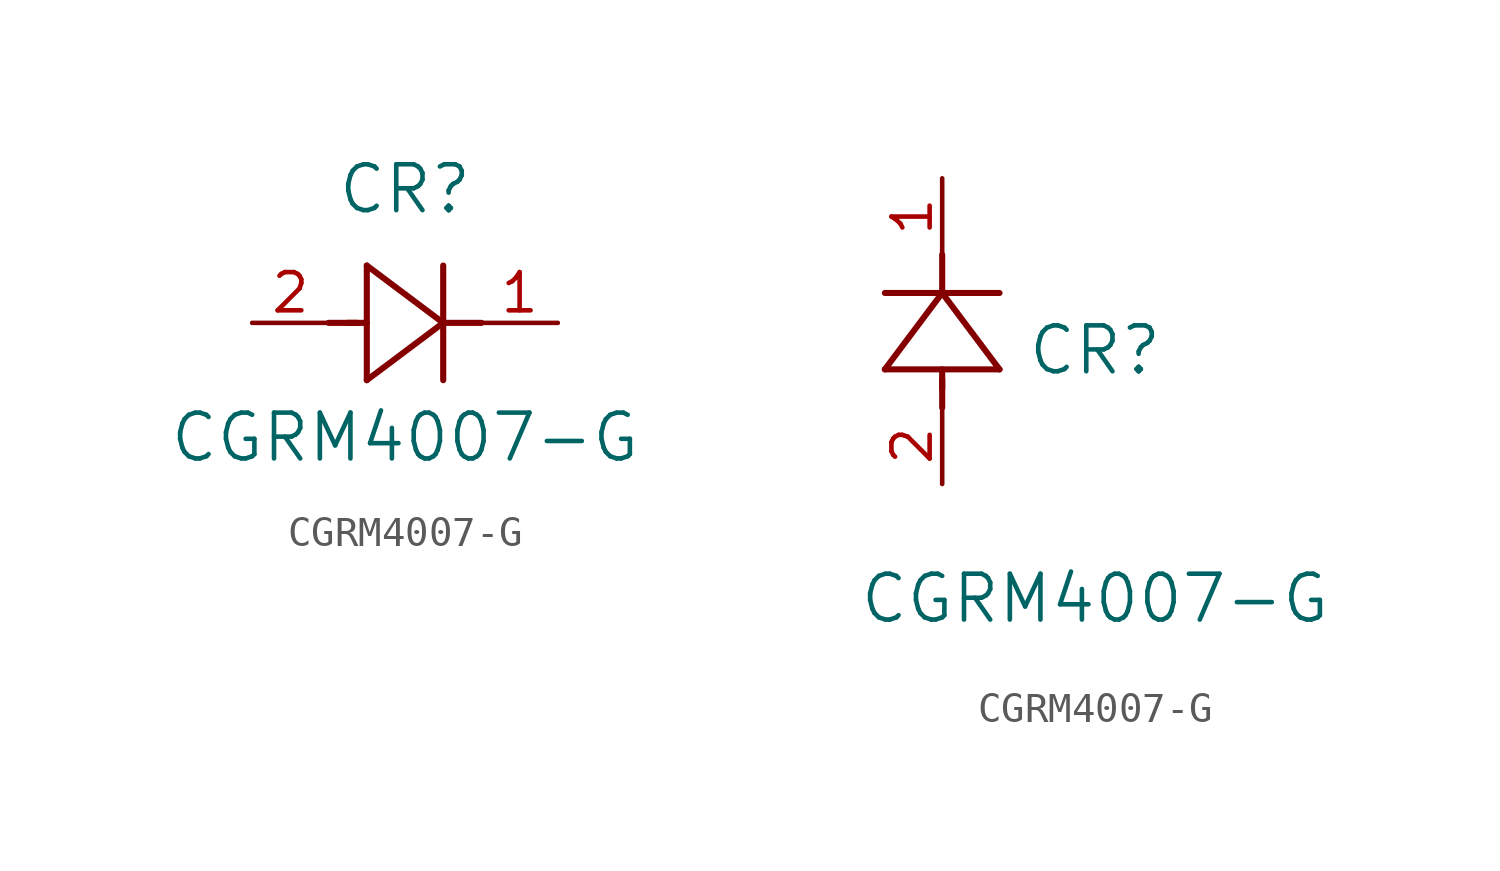
<source format=kicad_sym>
(kicad_symbol_lib
  (version 20211014)
  (generator kicad_symbol_editor)
  (symbol "CGRM4007-G"
    (pin_names
      (offset 0.254))
    (property "Reference" "CR"
      (at 5.08 4.445 0)
      (effects (font (size 1.524 1.524))))
    (property "Value" "CGRM4007-G"
      (at 5.08 -3.81 0)
      (effects (font (size 1.524 1.524))))
    (symbol "CGRM4007-G_1_1"
      (polyline (pts (xy 2.54 0) (xy 3.48 0)) (stroke (width .2032) (type default) (color 0 0 0 0)) (fill (type none)))
      (polyline (pts (xy 3.81 1.905) (xy 3.81 -1.905)) (stroke (width .2032) (type default) (color 0 0 0 0)) (fill (type none)))
      (polyline (pts (xy 3.175 0) (xy 3.81 0)) (stroke (width .2032) (type default) (color 0 0 0 0)) (fill (type none)))
      (polyline (pts (xy 6.35 -1.905) (xy 6.35 1.905)) (stroke (width .2032) (type default) (color 0 0 0 0)) (fill (type none)))
      (polyline (pts (xy 6.35 0) (xy 7.62 0)) (stroke (width .2032) (type default) (color 0 0 0 0)) (fill (type none)))
      (polyline (pts (xy 6.35 0) (xy 3.81 1.905)) (stroke (width .2032) (type default) (color 0 0 0 0)) (fill (type none)))
      (polyline (pts (xy 3.81 -1.905) (xy 6.35 0)) (stroke (width .2032) (type default) (color 0 0 0 0)) (fill (type none)))
      (pin unspecified line (at 0 0 0) (length 2.54) (name "" (effects (font (size 1.27 1.27)))) (number "2" (effects (font (size 1.27 1.27)))))
      (pin unspecified line (at 10.16 0 180) (length 2.54) (name "" (effects (font (size 1.27 1.27)))) (number "1" (effects (font (size 1.27 1.27))))))
    (symbol "CGRM4007-G_1_2"
      (polyline (pts (xy 0 2.54) (xy 0 3.48)) (stroke (width .2032) (type default) (color 0 0 0 0)) (fill (type none)))
      (polyline (pts (xy -1.905 3.81) (xy 1.905 3.81)) (stroke (width .2032) (type default) (color 0 0 0 0)) (fill (type none)))
      (polyline (pts (xy 0 3.175) (xy 0 3.81)) (stroke (width .2032) (type default) (color 0 0 0 0)) (fill (type none)))
      (polyline (pts (xy 1.905 6.35) (xy -1.905 6.35)) (stroke (width .2032) (type default) (color 0 0 0 0)) (fill (type none)))
      (polyline (pts (xy 0 6.35) (xy 0 7.62)) (stroke (width .2032) (type default) (color 0 0 0 0)) (fill (type none)))
      (polyline (pts (xy 0 6.35) (xy -1.905 3.81)) (stroke (width .2032) (type default) (color 0 0 0 0)) (fill (type none)))
      (polyline (pts (xy 1.905 3.81) (xy 0 6.35)) (stroke (width .2032) (type default) (color 0 0 0 0)) (fill (type none)))
      (pin unspecified line (at 0 0 90) (length 2.54) (name "" (effects (font (size 1.27 1.27)))) (number "2" (effects (font (size 1.27 1.27)))))
      (pin unspecified line (at 0 10.16 270) (length 2.54) (name "" (effects (font (size 1.27 1.27)))) (number "1" (effects (font (size 1.27 1.27))))))))
</source>
